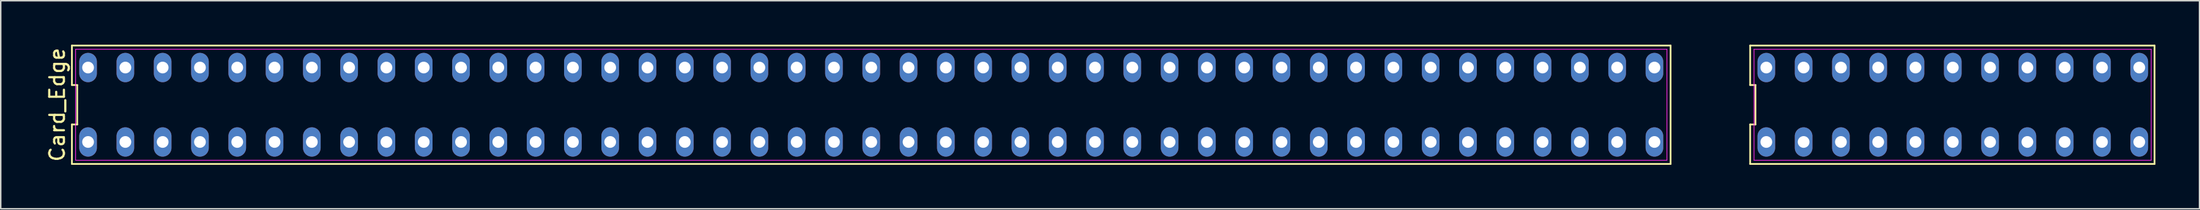
<source format=kicad_pcb>
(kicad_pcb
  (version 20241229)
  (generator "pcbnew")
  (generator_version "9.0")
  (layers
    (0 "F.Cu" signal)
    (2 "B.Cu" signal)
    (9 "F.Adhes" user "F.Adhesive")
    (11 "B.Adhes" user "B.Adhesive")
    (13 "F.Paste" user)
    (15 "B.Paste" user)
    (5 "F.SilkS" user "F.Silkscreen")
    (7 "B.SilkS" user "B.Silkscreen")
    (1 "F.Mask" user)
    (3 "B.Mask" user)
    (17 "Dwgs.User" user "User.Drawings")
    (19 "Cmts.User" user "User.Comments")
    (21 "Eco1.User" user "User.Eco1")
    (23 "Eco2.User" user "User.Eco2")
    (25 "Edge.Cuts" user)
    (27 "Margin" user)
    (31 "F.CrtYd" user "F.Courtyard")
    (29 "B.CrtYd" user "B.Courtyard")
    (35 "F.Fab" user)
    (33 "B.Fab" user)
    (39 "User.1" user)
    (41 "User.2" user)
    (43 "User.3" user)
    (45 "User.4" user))
  (footprint "Card_Edge"
    (layer "F.Cu")
    (at 74.039 3.998)
    (property "Reference" "Card_Edge" (at -73.191 0.102 90) (layer "F.SilkS") (effects (font (size 1 1) (thickness 0.15))))
    (attr through_hole)
    (fp_line (start -72.191 -3.938) (end -72.191 -1.245) (stroke (width 0.12) (type default)) (layer "F.SilkS"))
    (fp_line (start -72.191 -1.245) (end -71.831 -1.245) (stroke (width 0.12) (type default)) (layer "F.SilkS"))
    (fp_line (start -72.191 1.448) (end -72.191 4.142) (stroke (width 0.12) (type default)) (layer "F.SilkS"))
    (fp_line (start -72.191 4.142) (end 36.689 4.142) (stroke (width 0.12) (type default)) (layer "F.SilkS"))
    (fp_line (start -71.831 -1.245) (end -71.831 1.448) (stroke (width 0.12) (type default)) (layer "F.SilkS"))
    (fp_line (start -71.831 1.448) (end -72.191 1.448) (stroke (width 0.12) (type default)) (layer "F.SilkS"))
    (fp_line (start 36.689 -3.938) (end -72.191 -3.938) (stroke (width 0.12) (type default)) (layer "F.SilkS"))
    (fp_line (start 36.689 4.142) (end 36.689 -3.938) (stroke (width 0.12) (type default)) (layer "F.SilkS"))
    (fp_line (start 42.109 -3.938) (end 42.109 -1.245) (stroke (width 0.12) (type default)) (layer "F.SilkS"))
    (fp_line (start 42.109 -1.245) (end 42.469 -1.245) (stroke (width 0.12) (type default)) (layer "F.SilkS"))
    (fp_line (start 42.109 1.448) (end 42.109 4.142) (stroke (width 0.12) (type default)) (layer "F.SilkS"))
    (fp_line (start 42.469 -1.245) (end 42.469 1.448) (stroke (width 0.12) (type default)) (layer "F.SilkS"))
    (fp_line (start 42.469 1.448) (end 42.109 1.448) (stroke (width 0.12) (type default)) (layer "F.SilkS"))
    (fp_line (start 69.65 -3.937) (end 42.109 -3.938) (stroke (width 0.12) (type default)) (layer "F.SilkS"))
    (fp_line (start 69.65 4.143) (end 42.109 4.142) (stroke (width 0.12) (type default)) (layer "F.SilkS"))
    (fp_line (start 69.65 4.143) (end 69.65 -3.937) (stroke (width 0.12) (type default)) (layer "F.SilkS"))
    (fp_line (start -71.941 -3.688) (end 36.439 -3.688) (stroke (width 0.05) (type default)) (layer "F.CrtYd"))
    (fp_line (start -71.941 3.892) (end -71.941 -3.688) (stroke (width 0.05) (type default)) (layer "F.CrtYd"))
    (fp_line (start 36.439 -3.688) (end 36.439 3.892) (stroke (width 0.05) (type default)) (layer "F.CrtYd"))
    (fp_line (start 36.439 3.892) (end -71.941 3.892) (stroke (width 0.05) (type default)) (layer "F.CrtYd"))
    (fp_line (start 42.371 -3.683) (end 69.422 -3.683) (stroke (width 0.05) (type default)) (layer "F.CrtYd"))
    (fp_line (start 42.371 3.89) (end 42.371 -3.683) (stroke (width 0.05) (type default)) (layer "F.CrtYd"))
    (fp_line (start 42.371 3.89) (end 69.422 3.89) (stroke (width 0.05) (type default)) (layer "F.CrtYd"))
    (fp_line (start 69.422 -3.683) (end 69.422 3.89) (stroke (width 0.05) (type default)) (layer "F.CrtYd"))
    (pad "a1" thru_hole oval (at -71.091 2.642) (size 1.2 2) (drill 0.8) (layers "*.Cu" "*.Mask"))
    (pad "a2" thru_hole oval (at -68.551 2.642) (size 1.2 2) (drill 0.8) (layers "*.Cu" "*.Mask"))
    (pad "a3" thru_hole oval (at -66.011 2.642) (size 1.2 2) (drill 0.8) (layers "*.Cu" "*.Mask"))
    (pad "a4" thru_hole oval (at -63.471 2.642) (size 1.2 2) (drill 0.8) (layers "*.Cu" "*.Mask"))
    (pad "a5" thru_hole oval (at -60.931 2.642) (size 1.2 2) (drill 0.8) (layers "*.Cu" "*.Mask"))
    (pad "a6" thru_hole oval (at -58.391 2.642) (size 1.2 2) (drill 0.8) (layers "*.Cu" "*.Mask"))
    (pad "a7" thru_hole oval (at -55.851 2.642) (size 1.2 2) (drill 0.8) (layers "*.Cu" "*.Mask"))
    (pad "a8" thru_hole oval (at -53.311 2.642) (size 1.2 2) (drill 0.8) (layers "*.Cu" "*.Mask"))
    (pad "a9" thru_hole oval (at -50.771 2.642) (size 1.2 2) (drill 0.8) (layers "*.Cu" "*.Mask"))
    (pad "a10" thru_hole oval (at -48.231 2.642) (size 1.2 2) (drill 0.8) (layers "*.Cu" "*.Mask"))
    (pad "a11" thru_hole oval (at -45.691 2.642) (size 1.2 2) (drill 0.8) (layers "*.Cu" "*.Mask"))
    (pad "a12" thru_hole oval (at -43.151 2.642) (size 1.2 2) (drill 0.8) (layers "*.Cu" "*.Mask"))
    (pad "a13" thru_hole oval (at -40.611 2.642) (size 1.2 2) (drill 0.8) (layers "*.Cu" "*.Mask"))
    (pad "a14" thru_hole oval (at -38.071 2.642) (size 1.2 2) (drill 0.8) (layers "*.Cu" "*.Mask"))
    (pad "a15" thru_hole oval (at -35.531 2.642) (size 1.2 2) (drill 0.8) (layers "*.Cu" "*.Mask"))
    (pad "a16" thru_hole oval (at -32.991 2.642) (size 1.2 2) (drill 0.8) (layers "*.Cu" "*.Mask"))
    (pad "a17" thru_hole oval (at -30.451 2.642) (size 1.2 2) (drill 0.8) (layers "*.Cu" "*.Mask"))
    (pad "a18" thru_hole oval (at -27.911 2.642) (size 1.2 2) (drill 0.8) (layers "*.Cu" "*.Mask"))
    (pad "a19" thru_hole oval (at -25.371 2.642) (size 1.2 2) (drill 0.8) (layers "*.Cu" "*.Mask"))
    (pad "a20" thru_hole oval (at -22.831 2.642) (size 1.2 2) (drill 0.8) (layers "*.Cu" "*.Mask"))
    (pad "a21" thru_hole oval (at -20.291 2.642) (size 1.2 2) (drill 0.8) (layers "*.Cu" "*.Mask"))
    (pad "a22" thru_hole oval (at -17.751 2.642) (size 1.2 2) (drill 0.8) (layers "*.Cu" "*.Mask"))
    (pad "a23" thru_hole oval (at -15.211 2.642) (size 1.2 2) (drill 0.8) (layers "*.Cu" "*.Mask"))
    (pad "a24" thru_hole oval (at -12.671 2.642) (size 1.2 2) (drill 0.8) (layers "*.Cu" "*.Mask"))
    (pad "a25" thru_hole oval (at -10.131 2.642) (size 1.2 2) (drill 0.8) (layers "*.Cu" "*.Mask"))
    (pad "a26" thru_hole oval (at -7.591 2.642) (size 1.2 2) (drill 0.8) (layers "*.Cu" "*.Mask"))
    (pad "a27" thru_hole oval (at -5.051 2.642) (size 1.2 2) (drill 0.8) (layers "*.Cu" "*.Mask"))
    (pad "a28" thru_hole oval (at -2.511 2.642) (size 1.2 2) (drill 0.8) (layers "*.Cu" "*.Mask"))
    (pad "a29" thru_hole oval (at 0.029 2.642) (size 1.2 2) (drill 0.8) (layers "*.Cu" "*.Mask"))
    (pad "a30" thru_hole oval (at 2.569 2.642) (size 1.2 2) (drill 0.8) (layers "*.Cu" "*.Mask"))
    (pad "a31" thru_hole oval (at 5.109 2.642) (size 1.2 2) (drill 0.8) (layers "*.Cu" "*.Mask"))
    (pad "a32" thru_hole oval (at 7.649 2.642) (size 1.2 2) (drill 0.8) (layers "*.Cu" "*.Mask"))
    (pad "a33" thru_hole oval (at 10.189 2.642) (size 1.2 2) (drill 0.8) (layers "*.Cu" "*.Mask"))
    (pad "a34" thru_hole oval (at 12.729 2.642) (size 1.2 2) (drill 0.8) (layers "*.Cu" "*.Mask"))
    (pad "a35" thru_hole oval (at 15.269 2.642) (size 1.2 2) (drill 0.8) (layers "*.Cu" "*.Mask"))
    (pad "a36" thru_hole oval (at 17.809 2.642) (size 1.2 2) (drill 0.8) (layers "*.Cu" "*.Mask"))
    (pad "a37" thru_hole oval (at 20.349 2.642) (size 1.2 2) (drill 0.8) (layers "*.Cu" "*.Mask"))
    (pad "a38" thru_hole oval (at 22.889 2.642) (size 1.2 2) (drill 0.8) (layers "*.Cu" "*.Mask"))
    (pad "a39" thru_hole oval (at 25.429 2.642) (size 1.2 2) (drill 0.8) (layers "*.Cu" "*.Mask"))
    (pad "a40" thru_hole oval (at 27.969 2.642) (size 1.2 2) (drill 0.8) (layers "*.Cu" "*.Mask"))
    (pad "a41" thru_hole oval (at 30.509 2.642) (size 1.2 2) (drill 0.8) (layers "*.Cu" "*.Mask"))
    (pad "a42" thru_hole oval (at 33.049 2.642) (size 1.2 2) (drill 0.8) (layers "*.Cu" "*.Mask"))
    (pad "a43" thru_hole oval (at 35.589 2.642) (size 1.2 2) (drill 0.8) (layers "*.Cu" "*.Mask"))
    (pad "b1" thru_hole oval (at -71.091 -2.438) (size 1.2 2) (drill 0.8) (layers "*.Cu" "*.Mask"))
    (pad "b2" thru_hole oval (at -68.551 -2.438) (size 1.2 2) (drill 0.8) (layers "*.Cu" "*.Mask"))
    (pad "b3" thru_hole oval (at -66.011 -2.438) (size 1.2 2) (drill 0.8) (layers "*.Cu" "*.Mask"))
    (pad "b4" thru_hole oval (at -63.471 -2.438) (size 1.2 2) (drill 0.8) (layers "*.Cu" "*.Mask"))
    (pad "b5" thru_hole oval (at -60.931 -2.438) (size 1.2 2) (drill 0.8) (layers "*.Cu" "*.Mask"))
    (pad "b6" thru_hole oval (at -58.391 -2.438) (size 1.2 2) (drill 0.8) (layers "*.Cu" "*.Mask"))
    (pad "b7" thru_hole oval (at -55.851 -2.438) (size 1.2 2) (drill 0.8) (layers "*.Cu" "*.Mask"))
    (pad "b8" thru_hole oval (at -53.311 -2.438) (size 1.2 2) (drill 0.8) (layers "*.Cu" "*.Mask"))
    (pad "b9" thru_hole oval (at -50.771 -2.438) (size 1.2 2) (drill 0.8) (layers "*.Cu" "*.Mask"))
    (pad "b10" thru_hole oval (at -48.231 -2.438) (size 1.2 2) (drill 0.8) (layers "*.Cu" "*.Mask"))
    (pad "b11" thru_hole oval (at -45.691 -2.438) (size 1.2 2) (drill 0.8) (layers "*.Cu" "*.Mask"))
    (pad "b12" thru_hole oval (at -43.151 -2.438) (size 1.2 2) (drill 0.8) (layers "*.Cu" "*.Mask"))
    (pad "b13" thru_hole oval (at -40.611 -2.438) (size 1.2 2) (drill 0.8) (layers "*.Cu" "*.Mask"))
    (pad "b14" thru_hole oval (at -38.071 -2.438) (size 1.2 2) (drill 0.8) (layers "*.Cu" "*.Mask"))
    (pad "b15" thru_hole oval (at -35.531 -2.438) (size 1.2 2) (drill 0.8) (layers "*.Cu" "*.Mask"))
    (pad "b16" thru_hole oval (at -32.991 -2.438) (size 1.2 2) (drill 0.8) (layers "*.Cu" "*.Mask"))
    (pad "b17" thru_hole oval (at -30.451 -2.438) (size 1.2 2) (drill 0.8) (layers "*.Cu" "*.Mask"))
    (pad "b18" thru_hole oval (at -27.911 -2.438) (size 1.2 2) (drill 0.8) (layers "*.Cu" "*.Mask"))
    (pad "b19" thru_hole oval (at -25.371 -2.438) (size 1.2 2) (drill 0.8) (layers "*.Cu" "*.Mask"))
    (pad "b20" thru_hole oval (at -22.831 -2.438) (size 1.2 2) (drill 0.8) (layers "*.Cu" "*.Mask"))
    (pad "b21" thru_hole oval (at -20.291 -2.438) (size 1.2 2) (drill 0.8) (layers "*.Cu" "*.Mask"))
    (pad "b22" thru_hole oval (at -17.751 -2.438) (size 1.2 2) (drill 0.8) (layers "*.Cu" "*.Mask"))
    (pad "b23" thru_hole oval (at -15.211 -2.438) (size 1.2 2) (drill 0.8) (layers "*.Cu" "*.Mask"))
    (pad "b24" thru_hole oval (at -12.671 -2.438) (size 1.2 2) (drill 0.8) (layers "*.Cu" "*.Mask"))
    (pad "b25" thru_hole oval (at -10.131 -2.438) (size 1.2 2) (drill 0.8) (layers "*.Cu" "*.Mask"))
    (pad "b26" thru_hole oval (at -7.591 -2.438) (size 1.2 2) (drill 0.8) (layers "*.Cu" "*.Mask"))
    (pad "b27" thru_hole oval (at -5.051 -2.438) (size 1.2 2) (drill 0.8) (layers "*.Cu" "*.Mask"))
    (pad "b28" thru_hole oval (at -2.511 -2.438) (size 1.2 2) (drill 0.8) (layers "*.Cu" "*.Mask"))
    (pad "b29" thru_hole oval (at 0.029 -2.438) (size 1.2 2) (drill 0.8) (layers "*.Cu" "*.Mask"))
    (pad "b30" thru_hole oval (at 2.569 -2.438) (size 1.2 2) (drill 0.8) (layers "*.Cu" "*.Mask"))
    (pad "b31" thru_hole oval (at 5.109 -2.438) (size 1.2 2) (drill 0.8) (layers "*.Cu" "*.Mask"))
    (pad "b32" thru_hole oval (at 7.649 -2.438) (size 1.2 2) (drill 0.8) (layers "*.Cu" "*.Mask"))
    (pad "b33" thru_hole oval (at 10.189 -2.438) (size 1.2 2) (drill 0.8) (layers "*.Cu" "*.Mask"))
    (pad "b34" thru_hole oval (at 12.729 -2.438) (size 1.2 2) (drill 0.8) (layers "*.Cu" "*.Mask"))
    (pad "b35" thru_hole oval (at 15.269 -2.438) (size 1.2 2) (drill 0.8) (layers "*.Cu" "*.Mask"))
    (pad "b36" thru_hole oval (at 17.809 -2.438) (size 1.2 2) (drill 0.8) (layers "*.Cu" "*.Mask"))
    (pad "b37" thru_hole oval (at 20.349 -2.438) (size 1.2 2) (drill 0.8) (layers "*.Cu" "*.Mask"))
    (pad "b38" thru_hole oval (at 22.889 -2.438) (size 1.2 2) (drill 0.8) (layers "*.Cu" "*.Mask"))
    (pad "b39" thru_hole oval (at 25.429 -2.438) (size 1.2 2) (drill 0.8) (layers "*.Cu" "*.Mask"))
    (pad "b40" thru_hole oval (at 27.969 -2.438) (size 1.2 2) (drill 0.8) (layers "*.Cu" "*.Mask"))
    (pad "b41" thru_hole oval (at 30.509 -2.438) (size 1.2 2) (drill 0.8) (layers "*.Cu" "*.Mask"))
    (pad "b42" thru_hole oval (at 33.049 -2.438) (size 1.2 2) (drill 0.8) (layers "*.Cu" "*.Mask"))
    (pad "b43" thru_hole oval (at 35.589 -2.438) (size 1.2 2) (drill 0.8) (layers "*.Cu" "*.Mask"))
    (pad "c1" thru_hole oval (at 43.209 2.642) (size 1.2 2) (drill 0.8) (layers "*.Cu" "*.Mask"))
    (pad "c2" thru_hole oval (at 45.749 2.642) (size 1.2 2) (drill 0.8) (layers "*.Cu" "*.Mask"))
    (pad "c3" thru_hole oval (at 48.289 2.642) (size 1.2 2) (drill 0.8) (layers "*.Cu" "*.Mask"))
    (pad "c4" thru_hole oval (at 50.829 2.642) (size 1.2 2) (drill 0.8) (layers "*.Cu" "*.Mask"))
    (pad "c5" thru_hole oval (at 53.369 2.642) (size 1.2 2) (drill 0.8) (layers "*.Cu" "*.Mask"))
    (pad "c6" thru_hole oval (at 55.909 2.642) (size 1.2 2) (drill 0.8) (layers "*.Cu" "*.Mask"))
    (pad "c7" thru_hole oval (at 58.449 2.642) (size 1.2 2) (drill 0.8) (layers "*.Cu" "*.Mask"))
    (pad "c8" thru_hole oval (at 60.989 2.642) (size 1.2 2) (drill 0.8) (layers "*.Cu" "*.Mask"))
    (pad "c9" thru_hole oval (at 63.529 2.642) (size 1.2 2) (drill 0.8) (layers "*.Cu" "*.Mask"))
    (pad "c10" thru_hole oval (at 66.069 2.642) (size 1.2 2) (drill 0.8) (layers "*.Cu" "*.Mask"))
    (pad "c11" thru_hole oval (at 68.609 2.642) (size 1.2 2) (drill 0.8) (layers "*.Cu" "*.Mask"))
    (pad "d1" thru_hole oval (at 43.209 -2.438) (size 1.2 2) (drill 0.8) (layers "*.Cu" "*.Mask"))
    (pad "d2" thru_hole oval (at 45.749 -2.438) (size 1.2 2) (drill 0.8) (layers "*.Cu" "*.Mask"))
    (pad "d3" thru_hole oval (at 48.289 -2.438) (size 1.2 2) (drill 0.8) (layers "*.Cu" "*.Mask"))
    (pad "d4" thru_hole oval (at 50.829 -2.438) (size 1.2 2) (drill 0.8) (layers "*.Cu" "*.Mask"))
    (pad "d5" thru_hole oval (at 53.369 -2.438) (size 1.2 2) (drill 0.8) (layers "*.Cu" "*.Mask"))
    (pad "d6" thru_hole oval (at 55.909 -2.438) (size 1.2 2) (drill 0.8) (layers "*.Cu" "*.Mask"))
    (pad "d7" thru_hole oval (at 58.449 -2.438) (size 1.2 2) (drill 0.8) (layers "*.Cu" "*.Mask"))
    (pad "d8" thru_hole oval (at 60.989 -2.438) (size 1.2 2) (drill 0.8) (layers "*.Cu" "*.Mask"))
    (pad "d9" thru_hole oval (at 63.529 -2.438) (size 1.2 2) (drill 0.8) (layers "*.Cu" "*.Mask"))
    (pad "d10" thru_hole oval (at 66.069 -2.438) (size 1.2 2) (drill 0.8) (layers "*.Cu" "*.Mask"))
    (pad "d11" thru_hole oval (at 68.609 -2.438) (size 1.2 2) (drill 0.8) (layers "*.Cu" "*.Mask")))
  (gr_rect
    (start -3 -3)
    (end 146.75 11.201)
    (stroke (width 0.1) (type default))
    (fill no)
    (layer "Edge.Cuts")))
</source>
